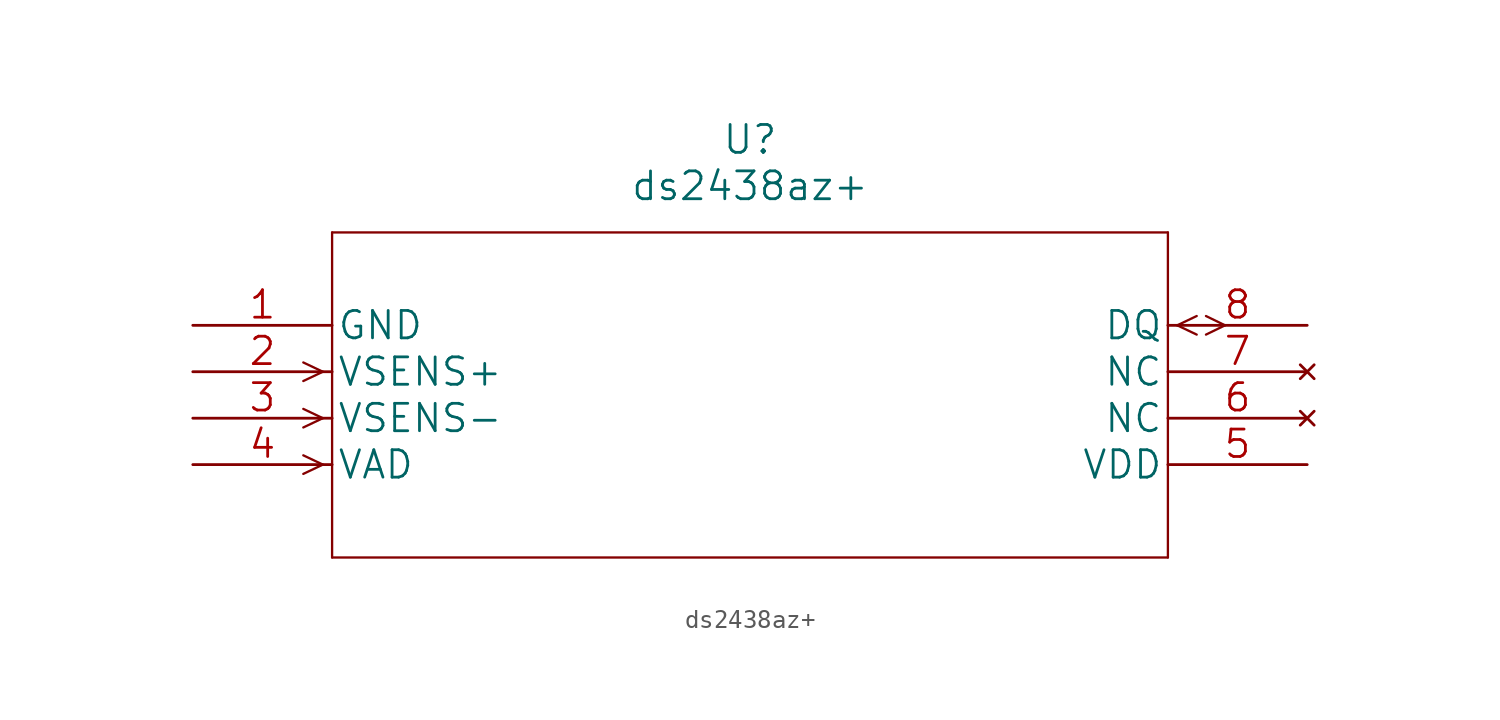
<source format=kicad_sym>
(kicad_symbol_lib
  (version 20220914)
  (generator kicad_symbol_editor)
  (symbol "ds2438az+"
    (pin_names
      (offset 0.254))
    (property "Reference" "U"
      (at 30.48 10.16 0)
      (effects (font (size 1.524 1.524))))
    (property "Value" "ds2438az+"
      (at 30.48 7.62 0)
      (effects (font (size 1.524 1.524))))
    (property "Datasheet" ""
      (at 0 0 0)
      (effects (font (size 1.524 1.524))))
    (property "ki_locked" ""
      (at 0 0 0)
      (effects (font (size 1.27 1.27))))
    (symbol "ds2438az+_1_1"
      (polyline (pts (xy 7.112 -7.62) (xy 6.045 -8.128)) (stroke (width 0.127) (type solid)) (fill (type none)))
      (polyline (pts (xy 7.112 -7.62) (xy 6.045 -7.112)) (stroke (width 0.127) (type solid)) (fill (type none)))
      (polyline (pts (xy 7.112 -5.08) (xy 6.045 -5.588)) (stroke (width 0.127) (type solid)) (fill (type none)))
      (polyline (pts (xy 7.112 -5.08) (xy 6.045 -4.572)) (stroke (width 0.127) (type solid)) (fill (type none)))
      (polyline (pts (xy 7.112 -2.54) (xy 6.045 -3.048)) (stroke (width 0.127) (type solid)) (fill (type none)))
      (polyline (pts (xy 7.112 -2.54) (xy 6.045 -2.032)) (stroke (width 0.127) (type solid)) (fill (type none)))
      (polyline (pts (xy 7.62 -12.7) (xy 53.34 -12.7)) (stroke (width 0.127) (type solid)) (fill (type none)))
      (polyline (pts (xy 7.62 5.08) (xy 7.62 -12.7)) (stroke (width 0.127) (type solid)) (fill (type none)))
      (polyline (pts (xy 53.34 -12.7) (xy 53.34 5.08)) (stroke (width 0.127) (type solid)) (fill (type none)))
      (polyline (pts (xy 53.34 5.08) (xy 7.62 5.08)) (stroke (width 0.127) (type solid)) (fill (type none)))
      (polyline (pts (xy 53.848 0) (xy 54.915 -0.508)) (stroke (width 0.127) (type solid)) (fill (type none)))
      (polyline (pts (xy 53.848 0) (xy 54.915 0.508)) (stroke (width 0.127) (type solid)) (fill (type none)))
      (polyline (pts (xy 55.423 -0.508) (xy 56.464 0)) (stroke (width 0.127) (type solid)) (fill (type none)))
      (polyline (pts (xy 55.423 0.508) (xy 56.464 0)) (stroke (width 0.127) (type solid)) (fill (type none)))
      (pin power_in line (at 0 0 0) (length 7.62) (name "GND" (effects (font (size 1.499 1.499)))) (number "1" (effects (font (size 1.499 1.499)))))
      (pin input line (at 0 -2.54 0) (length 7.62) (name "VSENS+" (effects (font (size 1.499 1.499)))) (number "2" (effects (font (size 1.499 1.499)))))
      (pin input line (at 0 -5.08 0) (length 7.62) (name "VSENS-" (effects (font (size 1.499 1.499)))) (number "3" (effects (font (size 1.499 1.499)))))
      (pin input line (at 0 -7.62 0) (length 7.62) (name "VAD" (effects (font (size 1.499 1.499)))) (number "4" (effects (font (size 1.499 1.499)))))
      (pin power_in line (at 60.96 -7.62 180) (length 7.62) (name "VDD" (effects (font (size 1.499 1.499)))) (number "5" (effects (font (size 1.499 1.499)))))
      (pin no_connect line (at 60.96 -5.08 180) (length 7.62) (name "NC" (effects (font (size 1.499 1.499)))) (number "6" (effects (font (size 1.499 1.499)))))
      (pin no_connect line (at 60.96 -2.54 180) (length 7.62) (name "NC" (effects (font (size 1.499 1.499)))) (number "7" (effects (font (size 1.499 1.499)))))
      (pin bidirectional line (at 60.96 0 180) (length 7.62) (name "DQ" (effects (font (size 1.499 1.499)))) (number "8" (effects (font (size 1.499 1.499))))))))
</source>
